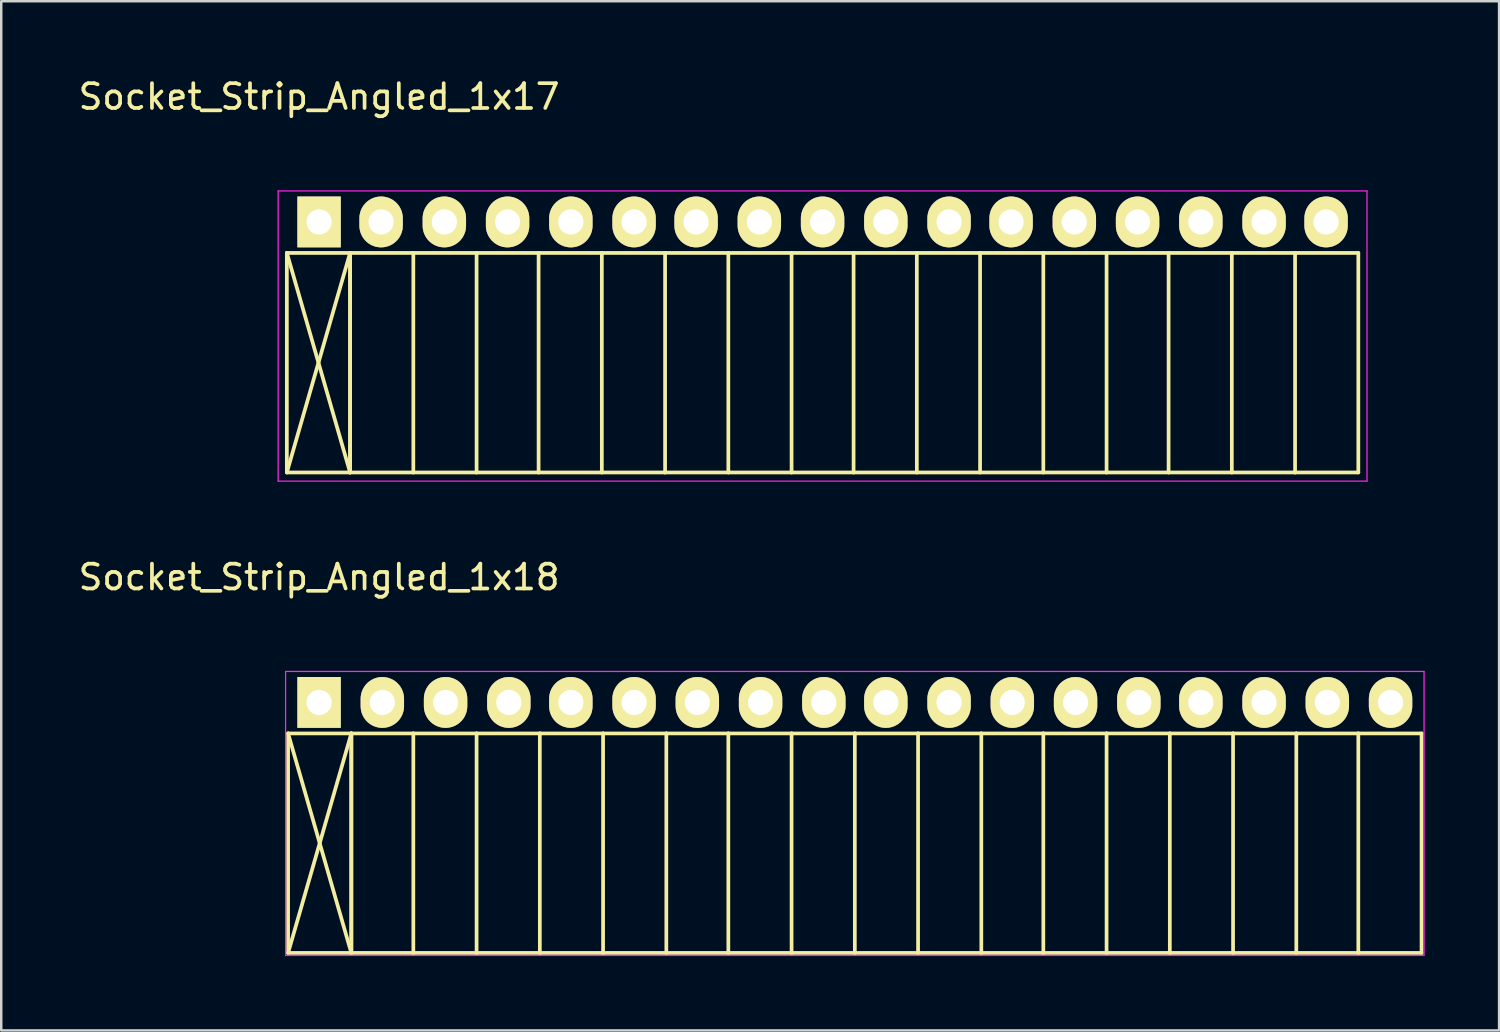
<source format=kicad_pcb>
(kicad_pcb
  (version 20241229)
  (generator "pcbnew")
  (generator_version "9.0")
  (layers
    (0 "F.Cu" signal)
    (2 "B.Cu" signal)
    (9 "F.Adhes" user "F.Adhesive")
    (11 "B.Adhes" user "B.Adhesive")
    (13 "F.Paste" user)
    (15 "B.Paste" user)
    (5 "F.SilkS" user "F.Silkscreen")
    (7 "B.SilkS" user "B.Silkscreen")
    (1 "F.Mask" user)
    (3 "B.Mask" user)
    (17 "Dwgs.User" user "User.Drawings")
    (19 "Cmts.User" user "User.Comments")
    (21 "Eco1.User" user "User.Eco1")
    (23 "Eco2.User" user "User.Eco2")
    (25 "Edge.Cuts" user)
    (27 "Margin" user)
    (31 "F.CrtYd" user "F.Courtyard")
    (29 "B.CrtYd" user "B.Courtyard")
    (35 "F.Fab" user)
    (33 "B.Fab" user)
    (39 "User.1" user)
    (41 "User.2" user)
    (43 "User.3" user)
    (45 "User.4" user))
  (footprint "Socket_Strip_Angled_1x18"
    (layer "F.Cu")
    (at 9.815 25.271)
    (property "Reference" "Socket_Strip_Angled_1x18" (at 0 -5.05 0) (layer "F.SilkS") (effects (font (size 1 1) (thickness 0.15))))
    (attr through_hole)
    (fp_line (start -1.25 1.25) (end -1.25 10.1) (stroke (width 0.15) (type solid)) (layer "F.SilkS"))
    (fp_line (start -1.25 1.25) (end 1.3 1.25) (stroke (width 0.15) (type solid)) (layer "F.SilkS"))
    (fp_line (start -1.25 1.25) (end 1.3 10.1) (stroke (width 0.15) (type solid)) (layer "F.SilkS"))
    (fp_line (start -1.25 10.1) (end 1.3 1.25) (stroke (width 0.15) (type solid)) (layer "F.SilkS"))
    (fp_line (start -1.25 10.1) (end 1.3 10.1) (stroke (width 0.15) (type solid)) (layer "F.SilkS"))
    (fp_line (start 1.3 1.25) (end 1.3 10.1) (stroke (width 0.15) (type solid)) (layer "F.SilkS"))
    (fp_line (start 1.3 1.25) (end 3.8 1.25) (stroke (width 0.15) (type solid)) (layer "F.SilkS"))
    (fp_line (start 1.3 10.1) (end 1.3 1.25) (stroke (width 0.15) (type solid)) (layer "F.SilkS"))
    (fp_line (start 1.3 10.1) (end 3.8 10.1) (stroke (width 0.15) (type solid)) (layer "F.SilkS"))
    (fp_line (start 3.8 1.25) (end 6.35 1.25) (stroke (width 0.15) (type solid)) (layer "F.SilkS"))
    (fp_line (start 3.8 10.1) (end 3.8 1.25) (stroke (width 0.15) (type solid)) (layer "F.SilkS"))
    (fp_line (start 3.8 10.1) (end 6.35 10.1) (stroke (width 0.15) (type solid)) (layer "F.SilkS"))
    (fp_line (start 6.35 1.25) (end 8.9 1.25) (stroke (width 0.15) (type solid)) (layer "F.SilkS"))
    (fp_line (start 6.35 10.1) (end 6.35 1.25) (stroke (width 0.15) (type solid)) (layer "F.SilkS"))
    (fp_line (start 6.35 10.1) (end 8.9 10.1) (stroke (width 0.15) (type solid)) (layer "F.SilkS"))
    (fp_line (start 8.9 1.25) (end 11.45 1.25) (stroke (width 0.15) (type solid)) (layer "F.SilkS"))
    (fp_line (start 8.9 10.1) (end 8.9 1.25) (stroke (width 0.15) (type solid)) (layer "F.SilkS"))
    (fp_line (start 8.9 10.1) (end 11.45 10.1) (stroke (width 0.15) (type solid)) (layer "F.SilkS"))
    (fp_line (start 11.45 1.25) (end 14 1.25) (stroke (width 0.15) (type solid)) (layer "F.SilkS"))
    (fp_line (start 11.45 10.1) (end 11.45 1.25) (stroke (width 0.15) (type solid)) (layer "F.SilkS"))
    (fp_line (start 11.45 10.1) (end 14 10.1) (stroke (width 0.15) (type solid)) (layer "F.SilkS"))
    (fp_line (start 14 1.25) (end 16.5 1.25) (stroke (width 0.15) (type solid)) (layer "F.SilkS"))
    (fp_line (start 14 10.1) (end 14 1.25) (stroke (width 0.15) (type solid)) (layer "F.SilkS"))
    (fp_line (start 14 10.1) (end 16.5 10.1) (stroke (width 0.15) (type solid)) (layer "F.SilkS"))
    (fp_line (start 16.5 1.25) (end 19.05 1.25) (stroke (width 0.15) (type solid)) (layer "F.SilkS"))
    (fp_line (start 16.5 10.1) (end 16.5 1.25) (stroke (width 0.15) (type solid)) (layer "F.SilkS"))
    (fp_line (start 16.5 10.1) (end 19.05 10.1) (stroke (width 0.15) (type solid)) (layer "F.SilkS"))
    (fp_line (start 19.05 1.25) (end 21.6 1.25) (stroke (width 0.15) (type solid)) (layer "F.SilkS"))
    (fp_line (start 19.05 10.1) (end 19.05 1.25) (stroke (width 0.15) (type solid)) (layer "F.SilkS"))
    (fp_line (start 19.05 10.1) (end 21.6 10.1) (stroke (width 0.15) (type solid)) (layer "F.SilkS"))
    (fp_line (start 21.6 1.25) (end 24.15 1.25) (stroke (width 0.15) (type solid)) (layer "F.SilkS"))
    (fp_line (start 21.6 10.1) (end 21.6 1.25) (stroke (width 0.15) (type solid)) (layer "F.SilkS"))
    (fp_line (start 21.6 10.1) (end 24.15 10.1) (stroke (width 0.15) (type solid)) (layer "F.SilkS"))
    (fp_line (start 24.15 1.25) (end 26.7 1.25) (stroke (width 0.15) (type solid)) (layer "F.SilkS"))
    (fp_line (start 24.15 10.1) (end 24.15 1.25) (stroke (width 0.15) (type solid)) (layer "F.SilkS"))
    (fp_line (start 24.15 10.1) (end 26.7 10.1) (stroke (width 0.15) (type solid)) (layer "F.SilkS"))
    (fp_line (start 26.7 1.25) (end 29.2 1.25) (stroke (width 0.15) (type solid)) (layer "F.SilkS"))
    (fp_line (start 26.7 10.1) (end 26.7 1.25) (stroke (width 0.15) (type solid)) (layer "F.SilkS"))
    (fp_line (start 26.7 10.1) (end 29.2 10.1) (stroke (width 0.15) (type solid)) (layer "F.SilkS"))
    (fp_line (start 29.2 1.25) (end 31.75 1.25) (stroke (width 0.15) (type solid)) (layer "F.SilkS"))
    (fp_line (start 29.2 10.1) (end 29.2 1.25) (stroke (width 0.15) (type solid)) (layer "F.SilkS"))
    (fp_line (start 29.2 10.1) (end 31.75 10.1) (stroke (width 0.15) (type solid)) (layer "F.SilkS"))
    (fp_line (start 31.75 1.25) (end 34.3 1.25) (stroke (width 0.15) (type solid)) (layer "F.SilkS"))
    (fp_line (start 31.75 10.1) (end 31.75 1.25) (stroke (width 0.15) (type solid)) (layer "F.SilkS"))
    (fp_line (start 31.75 10.1) (end 34.3 10.1) (stroke (width 0.15) (type solid)) (layer "F.SilkS"))
    (fp_line (start 34.3 1.25) (end 36.85 1.25) (stroke (width 0.15) (type solid)) (layer "F.SilkS"))
    (fp_line (start 34.3 10.1) (end 34.3 1.25) (stroke (width 0.15) (type solid)) (layer "F.SilkS"))
    (fp_line (start 34.3 10.1) (end 36.85 10.1) (stroke (width 0.15) (type solid)) (layer "F.SilkS"))
    (fp_line (start 36.85 1.25) (end 39.4 1.25) (stroke (width 0.15) (type solid)) (layer "F.SilkS"))
    (fp_line (start 36.85 10.1) (end 36.85 1.25) (stroke (width 0.15) (type solid)) (layer "F.SilkS"))
    (fp_line (start 36.85 10.1) (end 39.4 10.1) (stroke (width 0.15) (type solid)) (layer "F.SilkS"))
    (fp_line (start 39.4 1.25) (end 41.9 1.25) (stroke (width 0.15) (type solid)) (layer "F.SilkS"))
    (fp_line (start 39.4 10.1) (end 39.4 1.25) (stroke (width 0.15) (type solid)) (layer "F.SilkS"))
    (fp_line (start 39.4 10.1) (end 41.9 10.1) (stroke (width 0.15) (type solid)) (layer "F.SilkS"))
    (fp_line (start 41.9 1.25) (end 44.45 1.25) (stroke (width 0.15) (type solid)) (layer "F.SilkS"))
    (fp_line (start 41.9 10.1) (end 41.9 1.25) (stroke (width 0.15) (type solid)) (layer "F.SilkS"))
    (fp_line (start 41.9 10.1) (end 44.45 10.1) (stroke (width 0.15) (type solid)) (layer "F.SilkS"))
    (fp_line (start 44.45 10.1) (end 44.45 1.25) (stroke (width 0.15) (type solid)) (layer "F.SilkS"))
    (fp_line (start -1.35 -1.25) (end -1.35 10.2) (stroke (width 0.05) (type solid)) (layer "F.CrtYd"))
    (fp_line (start -1.35 -1.25) (end 44.55 -1.25) (stroke (width 0.05) (type solid)) (layer "F.CrtYd"))
    (fp_line (start -1.35 10.2) (end 44.55 10.2) (stroke (width 0.05) (type solid)) (layer "F.CrtYd"))
    (fp_line (start 44.55 -1.25) (end 44.55 10.2) (stroke (width 0.05) (type solid)) (layer "F.CrtYd"))
    (pad "1" thru_hole rect (at 0 0) (size 1.75 2.05) (drill 1.016) (layers "*.Cu" "*.Mask" "F.SilkS"))
    (pad "2" thru_hole oval (at 2.55 0) (size 1.75 2.05) (drill 1.016) (layers "*.Cu" "*.Mask" "F.SilkS"))
    (pad "3" thru_hole oval (at 5.1 0) (size 1.75 2.05) (drill 1.016) (layers "*.Cu" "*.Mask" "F.SilkS"))
    (pad "4" thru_hole oval (at 7.65 0) (size 1.75 2.05) (drill 1.016) (layers "*.Cu" "*.Mask" "F.SilkS"))
    (pad "5" thru_hole oval (at 10.15 0) (size 1.75 2.05) (drill 1.016) (layers "*.Cu" "*.Mask" "F.SilkS"))
    (pad "6" thru_hole oval (at 12.7 0) (size 1.75 2.05) (drill 1.016) (layers "*.Cu" "*.Mask" "F.SilkS"))
    (pad "7" thru_hole oval (at 15.25 0) (size 1.75 2.05) (drill 1.016) (layers "*.Cu" "*.Mask" "F.SilkS"))
    (pad "8" thru_hole oval (at 17.8 0) (size 1.75 2.05) (drill 1.016) (layers "*.Cu" "*.Mask" "F.SilkS"))
    (pad "9" thru_hole oval (at 20.35 0) (size 1.75 2.05) (drill 1.016) (layers "*.Cu" "*.Mask" "F.SilkS"))
    (pad "10" thru_hole oval (at 22.85 0) (size 1.75 2.05) (drill 1.016) (layers "*.Cu" "*.Mask" "F.SilkS"))
    (pad "11" thru_hole oval (at 25.4 0) (size 1.75 2.05) (drill 1.016) (layers "*.Cu" "*.Mask" "F.SilkS"))
    (pad "12" thru_hole oval (at 27.95 0) (size 1.75 2.05) (drill 1.016) (layers "*.Cu" "*.Mask" "F.SilkS"))
    (pad "13" thru_hole oval (at 30.5 0) (size 1.75 2.05) (drill 1.016) (layers "*.Cu" "*.Mask" "F.SilkS"))
    (pad "14" thru_hole oval (at 33.05 0) (size 1.75 2.05) (drill 1.016) (layers "*.Cu" "*.Mask" "F.SilkS"))
    (pad "15" thru_hole oval (at 35.55 0) (size 1.75 2.05) (drill 1.016) (layers "*.Cu" "*.Mask" "F.SilkS"))
    (pad "16" thru_hole oval (at 38.1 0) (size 1.75 2.05) (drill 1.016) (layers "*.Cu" "*.Mask" "F.SilkS"))
    (pad "17" thru_hole oval (at 40.65 0) (size 1.75 2.05) (drill 1.016) (layers "*.Cu" "*.Mask" "F.SilkS"))
    (pad "18" thru_hole oval (at 43.2 0) (size 1.75 2.05) (drill 1.016) (layers "*.Cu" "*.Mask" "F.SilkS")))
  (footprint "Socket_Strip_Angled_1x17"
    (layer "F.Cu")
    (at 9.815 5.898)
    (property "Reference" "Socket_Strip_Angled_1x17" (at 0 -5.05 0) (layer "F.SilkS") (effects (font (size 1 1) (thickness 0.15))))
    (attr through_hole)
    (fp_line (start -1.3 1.25) (end -1.3 10.1) (stroke (width 0.15) (type solid)) (layer "F.SilkS"))
    (fp_line (start -1.3 1.25) (end 1.25 1.25) (stroke (width 0.15) (type solid)) (layer "F.SilkS"))
    (fp_line (start -1.3 1.25) (end 1.25 10.1) (stroke (width 0.15) (type solid)) (layer "F.SilkS"))
    (fp_line (start -1.3 10.1) (end 1.25 1.25) (stroke (width 0.15) (type solid)) (layer "F.SilkS"))
    (fp_line (start -1.3 10.1) (end 1.25 10.1) (stroke (width 0.15) (type solid)) (layer "F.SilkS"))
    (fp_line (start 1.25 1.25) (end 1.25 10.1) (stroke (width 0.15) (type solid)) (layer "F.SilkS"))
    (fp_line (start 1.25 1.25) (end 3.8 1.25) (stroke (width 0.15) (type solid)) (layer "F.SilkS"))
    (fp_line (start 1.25 10.1) (end 1.25 1.25) (stroke (width 0.15) (type solid)) (layer "F.SilkS"))
    (fp_line (start 1.25 10.1) (end 3.8 10.1) (stroke (width 0.15) (type solid)) (layer "F.SilkS"))
    (fp_line (start 3.8 1.25) (end 6.35 1.25) (stroke (width 0.15) (type solid)) (layer "F.SilkS"))
    (fp_line (start 3.8 10.1) (end 3.8 1.25) (stroke (width 0.15) (type solid)) (layer "F.SilkS"))
    (fp_line (start 3.8 10.1) (end 6.35 10.1) (stroke (width 0.15) (type solid)) (layer "F.SilkS"))
    (fp_line (start 6.35 1.25) (end 8.85 1.25) (stroke (width 0.15) (type solid)) (layer "F.SilkS"))
    (fp_line (start 6.35 10.1) (end 6.35 1.25) (stroke (width 0.15) (type solid)) (layer "F.SilkS"))
    (fp_line (start 6.35 10.1) (end 8.85 10.1) (stroke (width 0.15) (type solid)) (layer "F.SilkS"))
    (fp_line (start 8.85 1.25) (end 11.4 1.25) (stroke (width 0.15) (type solid)) (layer "F.SilkS"))
    (fp_line (start 8.85 10.1) (end 8.85 1.25) (stroke (width 0.15) (type solid)) (layer "F.SilkS"))
    (fp_line (start 8.85 10.1) (end 11.4 10.1) (stroke (width 0.15) (type solid)) (layer "F.SilkS"))
    (fp_line (start 11.4 1.25) (end 13.95 1.25) (stroke (width 0.15) (type solid)) (layer "F.SilkS"))
    (fp_line (start 11.4 10.1) (end 11.4 1.25) (stroke (width 0.15) (type solid)) (layer "F.SilkS"))
    (fp_line (start 11.4 10.1) (end 13.95 10.1) (stroke (width 0.15) (type solid)) (layer "F.SilkS"))
    (fp_line (start 13.95 1.25) (end 16.5 1.25) (stroke (width 0.15) (type solid)) (layer "F.SilkS"))
    (fp_line (start 13.95 10.1) (end 13.95 1.25) (stroke (width 0.15) (type solid)) (layer "F.SilkS"))
    (fp_line (start 13.95 10.1) (end 16.5 10.1) (stroke (width 0.15) (type solid)) (layer "F.SilkS"))
    (fp_line (start 16.5 1.25) (end 19.05 1.25) (stroke (width 0.15) (type solid)) (layer "F.SilkS"))
    (fp_line (start 16.5 10.1) (end 16.5 1.25) (stroke (width 0.15) (type solid)) (layer "F.SilkS"))
    (fp_line (start 16.5 10.1) (end 19.05 10.1) (stroke (width 0.15) (type solid)) (layer "F.SilkS"))
    (fp_line (start 19.05 1.25) (end 21.55 1.25) (stroke (width 0.15) (type solid)) (layer "F.SilkS"))
    (fp_line (start 19.05 10.1) (end 19.05 1.25) (stroke (width 0.15) (type solid)) (layer "F.SilkS"))
    (fp_line (start 19.05 10.1) (end 21.55 10.1) (stroke (width 0.15) (type solid)) (layer "F.SilkS"))
    (fp_line (start 21.55 1.25) (end 24.1 1.25) (stroke (width 0.15) (type solid)) (layer "F.SilkS"))
    (fp_line (start 21.55 10.1) (end 21.55 1.25) (stroke (width 0.15) (type solid)) (layer "F.SilkS"))
    (fp_line (start 21.55 10.1) (end 24.1 10.1) (stroke (width 0.15) (type solid)) (layer "F.SilkS"))
    (fp_line (start 24.1 1.25) (end 26.65 1.25) (stroke (width 0.15) (type solid)) (layer "F.SilkS"))
    (fp_line (start 24.1 10.1) (end 24.1 1.25) (stroke (width 0.15) (type solid)) (layer "F.SilkS"))
    (fp_line (start 24.1 10.1) (end 26.65 10.1) (stroke (width 0.15) (type solid)) (layer "F.SilkS"))
    (fp_line (start 26.65 1.25) (end 29.2 1.25) (stroke (width 0.15) (type solid)) (layer "F.SilkS"))
    (fp_line (start 26.65 10.1) (end 26.65 1.25) (stroke (width 0.15) (type solid)) (layer "F.SilkS"))
    (fp_line (start 26.65 10.1) (end 29.2 10.1) (stroke (width 0.15) (type solid)) (layer "F.SilkS"))
    (fp_line (start 29.2 1.25) (end 31.75 1.25) (stroke (width 0.15) (type solid)) (layer "F.SilkS"))
    (fp_line (start 29.2 10.1) (end 29.2 1.25) (stroke (width 0.15) (type solid)) (layer "F.SilkS"))
    (fp_line (start 29.2 10.1) (end 31.75 10.1) (stroke (width 0.15) (type solid)) (layer "F.SilkS"))
    (fp_line (start 31.75 1.25) (end 34.25 1.25) (stroke (width 0.15) (type solid)) (layer "F.SilkS"))
    (fp_line (start 31.75 10.1) (end 31.75 1.25) (stroke (width 0.15) (type solid)) (layer "F.SilkS"))
    (fp_line (start 31.75 10.1) (end 34.25 10.1) (stroke (width 0.15) (type solid)) (layer "F.SilkS"))
    (fp_line (start 34.25 1.25) (end 36.8 1.25) (stroke (width 0.15) (type solid)) (layer "F.SilkS"))
    (fp_line (start 34.25 10.1) (end 34.25 1.25) (stroke (width 0.15) (type solid)) (layer "F.SilkS"))
    (fp_line (start 34.25 10.1) (end 36.8 10.1) (stroke (width 0.15) (type solid)) (layer "F.SilkS"))
    (fp_line (start 36.8 1.25) (end 39.35 1.25) (stroke (width 0.15) (type solid)) (layer "F.SilkS"))
    (fp_line (start 36.8 10.1) (end 36.8 1.25) (stroke (width 0.15) (type solid)) (layer "F.SilkS"))
    (fp_line (start 36.8 10.1) (end 39.35 10.1) (stroke (width 0.15) (type solid)) (layer "F.SilkS"))
    (fp_line (start 39.35 1.25) (end 41.9 1.25) (stroke (width 0.15) (type solid)) (layer "F.SilkS"))
    (fp_line (start 39.35 10.1) (end 39.35 1.25) (stroke (width 0.15) (type solid)) (layer "F.SilkS"))
    (fp_line (start 39.35 10.1) (end 41.9 10.1) (stroke (width 0.15) (type solid)) (layer "F.SilkS"))
    (fp_line (start 41.9 10.1) (end 41.9 1.25) (stroke (width 0.15) (type solid)) (layer "F.SilkS"))
    (fp_line (start -1.65 -1.25) (end -1.65 10.45) (stroke (width 0.05) (type solid)) (layer "F.CrtYd"))
    (fp_line (start -1.65 -1.25) (end 42.25 -1.25) (stroke (width 0.05) (type solid)) (layer "F.CrtYd"))
    (fp_line (start -1.65 10.45) (end 42.25 10.45) (stroke (width 0.05) (type solid)) (layer "F.CrtYd"))
    (fp_line (start 42.25 -1.25) (end 42.25 10.45) (stroke (width 0.05) (type solid)) (layer "F.CrtYd"))
    (pad "1" thru_hole rect (at 0 0) (size 1.75 2.05) (drill 1.016) (layers "*.Cu" "*.Mask" "F.SilkS"))
    (pad "2" thru_hole oval (at 2.5 0) (size 1.75 2.05) (drill 1.016) (layers "*.Cu" "*.Mask" "F.SilkS"))
    (pad "3" thru_hole oval (at 5.05 0) (size 1.75 2.05) (drill 1.016) (layers "*.Cu" "*.Mask" "F.SilkS"))
    (pad "4" thru_hole oval (at 7.6 0) (size 1.75 2.05) (drill 1.016) (layers "*.Cu" "*.Mask" "F.SilkS"))
    (pad "5" thru_hole oval (at 10.15 0) (size 1.75 2.05) (drill 1.016) (layers "*.Cu" "*.Mask" "F.SilkS"))
    (pad "6" thru_hole oval (at 12.7 0) (size 1.75 2.05) (drill 1.016) (layers "*.Cu" "*.Mask" "F.SilkS"))
    (pad "7" thru_hole oval (at 15.2 0) (size 1.75 2.05) (drill 1.016) (layers "*.Cu" "*.Mask" "F.SilkS"))
    (pad "8" thru_hole oval (at 17.75 0) (size 1.75 2.05) (drill 1.016) (layers "*.Cu" "*.Mask" "F.SilkS"))
    (pad "9" thru_hole oval (at 20.3 0) (size 1.75 2.05) (drill 1.016) (layers "*.Cu" "*.Mask" "F.SilkS"))
    (pad "10" thru_hole oval (at 22.85 0) (size 1.75 2.05) (drill 1.016) (layers "*.Cu" "*.Mask" "F.SilkS"))
    (pad "11" thru_hole oval (at 25.4 0) (size 1.75 2.05) (drill 1.016) (layers "*.Cu" "*.Mask" "F.SilkS"))
    (pad "12" thru_hole oval (at 27.9 0) (size 1.75 2.05) (drill 1.016) (layers "*.Cu" "*.Mask" "F.SilkS"))
    (pad "13" thru_hole oval (at 30.45 0) (size 1.75 2.05) (drill 1.016) (layers "*.Cu" "*.Mask" "F.SilkS"))
    (pad "14" thru_hole oval (at 33 0) (size 1.75 2.05) (drill 1.016) (layers "*.Cu" "*.Mask" "F.SilkS"))
    (pad "15" thru_hole oval (at 35.55 0) (size 1.75 2.05) (drill 1.016) (layers "*.Cu" "*.Mask" "F.SilkS"))
    (pad "16" thru_hole oval (at 38.1 0) (size 1.75 2.05) (drill 1.016) (layers "*.Cu" "*.Mask" "F.SilkS"))
    (pad "17" thru_hole oval (at 40.6 0) (size 1.75 2.05) (drill 1.016) (layers "*.Cu" "*.Mask" "F.SilkS")))
  (gr_rect
    (start -3 -3)
    (end 57.39 38.496)
    (stroke (width 0.1) (type default))
    (fill no)
    (layer "Edge.Cuts")))
</source>
